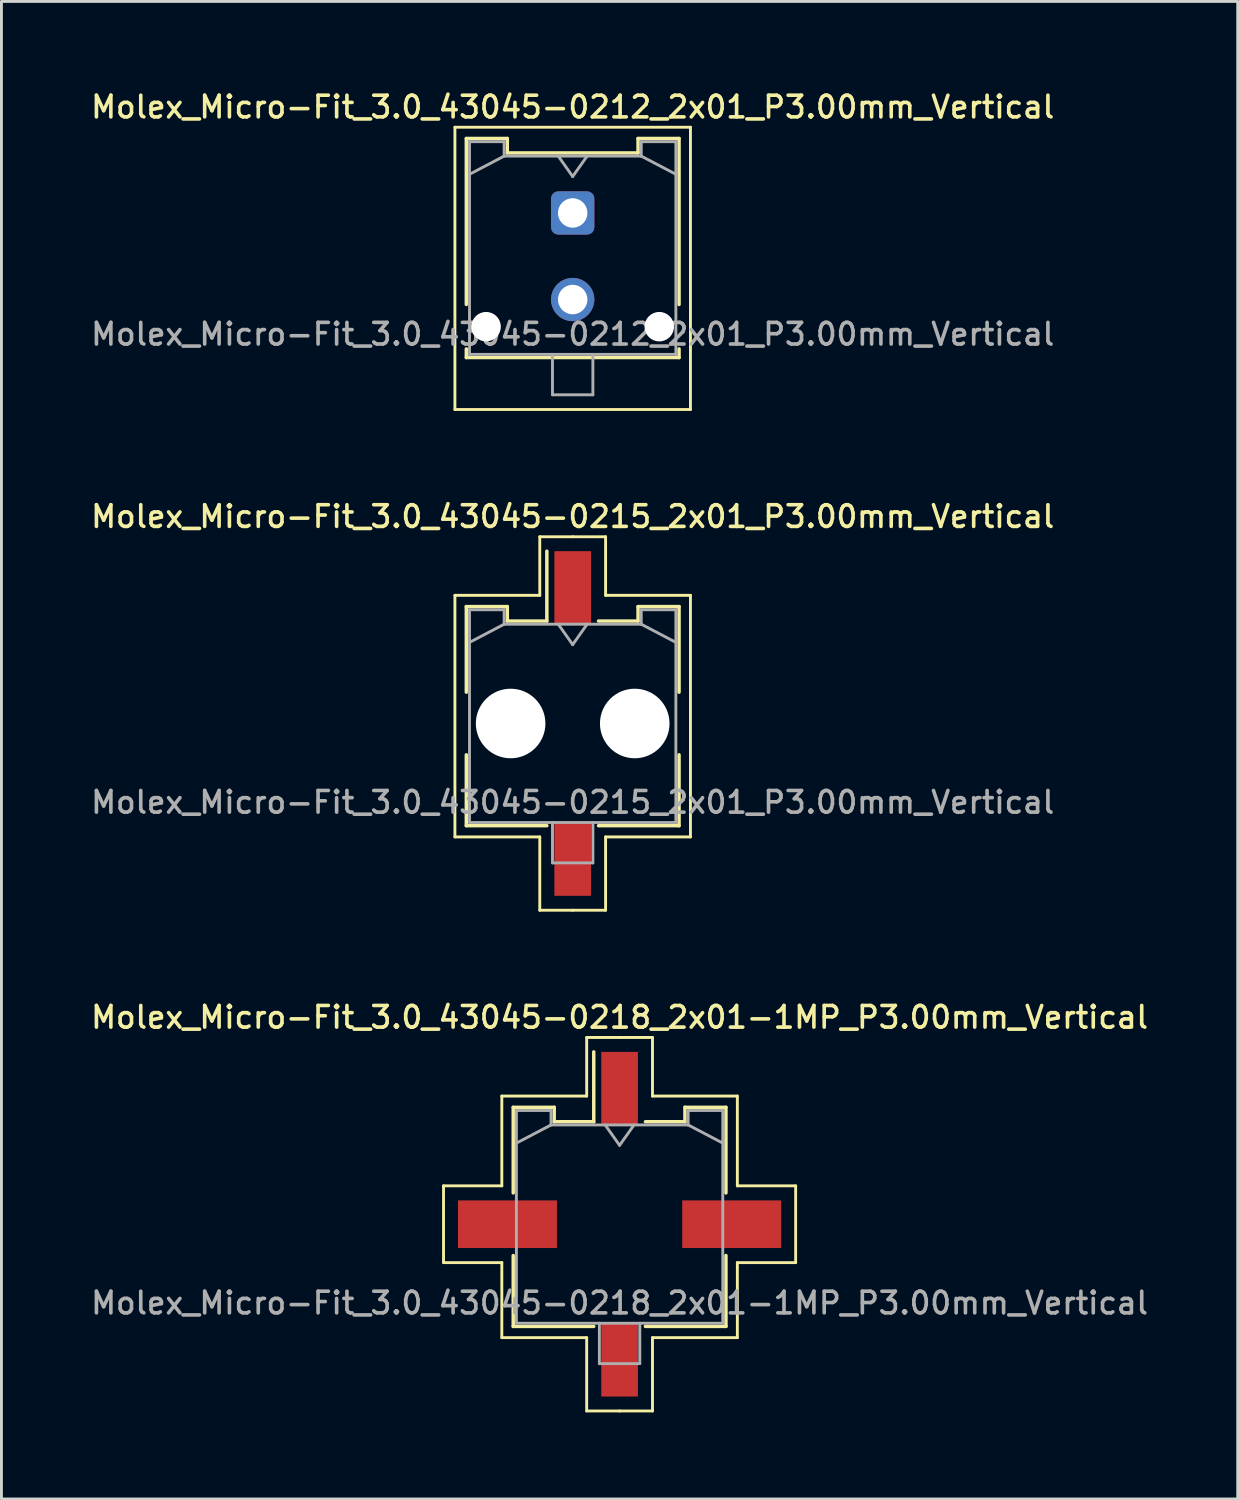
<source format=kicad_pcb>
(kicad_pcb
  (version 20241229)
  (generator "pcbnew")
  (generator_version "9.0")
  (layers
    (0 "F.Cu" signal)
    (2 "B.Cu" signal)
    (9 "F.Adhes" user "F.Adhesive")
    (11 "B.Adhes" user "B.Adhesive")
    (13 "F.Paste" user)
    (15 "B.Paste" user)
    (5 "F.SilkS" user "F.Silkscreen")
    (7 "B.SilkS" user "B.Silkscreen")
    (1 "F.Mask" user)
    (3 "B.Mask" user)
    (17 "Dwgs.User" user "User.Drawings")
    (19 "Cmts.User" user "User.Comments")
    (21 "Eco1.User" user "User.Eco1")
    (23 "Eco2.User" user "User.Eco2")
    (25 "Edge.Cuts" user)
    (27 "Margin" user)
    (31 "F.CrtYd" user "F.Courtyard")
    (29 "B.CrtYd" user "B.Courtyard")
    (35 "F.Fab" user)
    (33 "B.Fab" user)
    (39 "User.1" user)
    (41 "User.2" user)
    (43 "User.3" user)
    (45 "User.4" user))
  (footprint "Molex_Micro-Fit_3.0_43045-0212_2x01_P3.00mm_Vertical"
    (layer "F.Cu")
    (at 16.791 4.328)
    (property "Reference" "Molex_Micro-Fit_3.0_43045-0212_2x01_P3.00mm_Vertical" (at 0 -3.67 0) (layer "F.SilkS") (effects (font (size 0.75 0.75) (thickness 0.125))))
    (attr through_hole)
    (fp_line (start -4.08 -2.97) (end 4.08 -2.97) (stroke (width 0.1) (type solid)) (layer "F.SilkS"))
    (fp_line (start -4.08 6.81) (end -4.08 -2.97) (stroke (width 0.1) (type solid)) (layer "F.SilkS"))
    (fp_line (start -3.685 -2.58) (end -2.265 -2.58) (stroke (width 0.12) (type solid)) (layer "F.SilkS"))
    (fp_line (start -3.685 3.17) (end -3.685 -2.58) (stroke (width 0.12) (type solid)) (layer "F.SilkS"))
    (fp_line (start -3.685 4.71) (end -3.685 5.01) (stroke (width 0.12) (type solid)) (layer "F.SilkS"))
    (fp_line (start -3.685 5.01) (end 3.685 5.01) (stroke (width 0.12) (type solid)) (layer "F.SilkS"))
    (fp_line (start -2.265 -2.58) (end -2.265 -2.08) (stroke (width 0.12) (type solid)) (layer "F.SilkS"))
    (fp_line (start -2.265 -2.08) (end 2.265 -2.08) (stroke (width 0.12) (type solid)) (layer "F.SilkS"))
    (fp_line (start 2.265 -2.58) (end 3.685 -2.58) (stroke (width 0.12) (type solid)) (layer "F.SilkS"))
    (fp_line (start 2.265 -2.08) (end 2.265 -2.58) (stroke (width 0.12) (type solid)) (layer "F.SilkS"))
    (fp_line (start 3.685 -2.58) (end 3.685 3.17) (stroke (width 0.12) (type solid)) (layer "F.SilkS"))
    (fp_line (start 3.685 5.01) (end 3.685 4.71) (stroke (width 0.12) (type solid)) (layer "F.SilkS"))
    (fp_line (start 4.08 -2.97) (end 4.08 6.81) (stroke (width 0.1) (type solid)) (layer "F.SilkS"))
    (fp_line (start 4.08 6.81) (end -4.08 6.81) (stroke (width 0.1) (type solid)) (layer "F.SilkS"))
    (fp_line (start -3.575 -2.47) (end -3.575 4.9) (stroke (width 0.1) (type solid)) (layer "F.Fab"))
    (fp_line (start -3.575 -1.34) (end -2.375 -1.97) (stroke (width 0.1) (type solid)) (layer "F.Fab"))
    (fp_line (start -3.575 4.9) (end 3.575 4.9) (stroke (width 0.1) (type solid)) (layer "F.Fab"))
    (fp_line (start -2.375 -2.47) (end -3.575 -2.47) (stroke (width 0.1) (type solid)) (layer "F.Fab"))
    (fp_line (start -2.375 -1.97) (end -2.375 -2.47) (stroke (width 0.1) (type solid)) (layer "F.Fab"))
    (fp_line (start -0.7 4.9) (end -0.7 6.3) (stroke (width 0.1) (type solid)) (layer "F.Fab"))
    (fp_line (start -0.7 6.3) (end 0.7 6.3) (stroke (width 0.1) (type solid)) (layer "F.Fab"))
    (fp_line (start -0.5 -1.97) (end 0 -1.263) (stroke (width 0.1) (type solid)) (layer "F.Fab"))
    (fp_line (start 0 -1.263) (end 0.5 -1.97) (stroke (width 0.1) (type solid)) (layer "F.Fab"))
    (fp_line (start 0.7 6.3) (end 0.7 4.9) (stroke (width 0.1) (type solid)) (layer "F.Fab"))
    (fp_line (start 2.375 -2.47) (end 2.375 -1.97) (stroke (width 0.1) (type solid)) (layer "F.Fab"))
    (fp_line (start 2.375 -1.97) (end -2.375 -1.97) (stroke (width 0.1) (type solid)) (layer "F.Fab"))
    (fp_line (start 3.575 -2.47) (end 2.375 -2.47) (stroke (width 0.1) (type solid)) (layer "F.Fab"))
    (fp_line (start 3.575 -1.34) (end 2.375 -1.97) (stroke (width 0.1) (type solid)) (layer "F.Fab"))
    (fp_line (start 3.575 4.9) (end 3.575 -2.47) (stroke (width 0.1) (type solid)) (layer "F.Fab"))
    (fp_text user "${REFERENCE}" (at 0 4.2 0) (layer "F.Fab") (effects (font (size 0.75 0.75) (thickness 0.125))))
    (pad "" np_thru_hole circle (at -3 3.94) (size 1.02 1.02) (drill 1.02) (layers "*.Cu" "*.Mask"))
    (pad "" np_thru_hole circle (at 3 3.94) (size 1.02 1.02) (drill 1.02) (layers "*.Cu" "*.Mask"))
    (pad "1" thru_hole roundrect (at 0 0) (size 1.5 1.5) (drill 1.02) (layers "*.Cu" "*.Mask") (roundrect_rratio 0.167))
    (pad "2" thru_hole circle (at 0 3) (size 1.5 1.5) (drill 1.02) (layers "*.Cu" "*.Mask")))
  (footprint "Molex_Micro-Fit_3.0_43045-0218_2x01-1MP_P3.00mm_Vertical"
    (layer "F.Cu")
    (at 18.416 39.364)
    (property "Reference" "Molex_Micro-Fit_3.0_43045-0218_2x01-1MP_P3.00mm_Vertical" (at 0 -7.17 0) (layer "F.SilkS") (effects (font (size 0.75 0.75) (thickness 0.125))))
    (attr smd)
    (fp_line (start -6.1 -1.33) (end -6.1 1.33) (stroke (width 0.1) (type solid)) (layer "F.SilkS"))
    (fp_line (start -6.1 1.33) (end -4.08 1.33) (stroke (width 0.1) (type solid)) (layer "F.SilkS"))
    (fp_line (start -4.08 -4.44) (end -4.08 -1.33) (stroke (width 0.1) (type solid)) (layer "F.SilkS"))
    (fp_line (start -4.08 -1.33) (end -6.1 -1.33) (stroke (width 0.1) (type solid)) (layer "F.SilkS"))
    (fp_line (start -4.08 1.33) (end -4.08 3.93) (stroke (width 0.1) (type solid)) (layer "F.SilkS"))
    (fp_line (start -4.08 3.93) (end -1.14 3.93) (stroke (width 0.1) (type solid)) (layer "F.SilkS"))
    (fp_line (start -3.685 -4.05) (end -2.265 -4.05) (stroke (width 0.12) (type solid)) (layer "F.SilkS"))
    (fp_line (start -3.685 -1.085) (end -3.685 -4.05) (stroke (width 0.12) (type solid)) (layer "F.SilkS"))
    (fp_line (start -3.685 1.085) (end -3.685 3.54) (stroke (width 0.12) (type solid)) (layer "F.SilkS"))
    (fp_line (start -3.685 3.54) (end -0.895 3.54) (stroke (width 0.12) (type solid)) (layer "F.SilkS"))
    (fp_line (start -2.265 -4.05) (end -2.265 -3.55) (stroke (width 0.12) (type solid)) (layer "F.SilkS"))
    (fp_line (start -2.265 -3.55) (end -0.895 -3.55) (stroke (width 0.12) (type solid)) (layer "F.SilkS"))
    (fp_line (start -1.14 -6.47) (end -1.14 -4.44) (stroke (width 0.1) (type solid)) (layer "F.SilkS"))
    (fp_line (start -1.14 -4.44) (end -4.08 -4.44) (stroke (width 0.1) (type solid)) (layer "F.SilkS"))
    (fp_line (start -1.14 3.93) (end -1.14 6.47) (stroke (width 0.1) (type solid)) (layer "F.SilkS"))
    (fp_line (start -1.14 6.47) (end 0 6.47) (stroke (width 0.1) (type solid)) (layer "F.SilkS"))
    (fp_line (start -0.895 -3.55) (end -0.895 -5.97) (stroke (width 0.12) (type solid)) (layer "F.SilkS"))
    (fp_line (start 0 -6.47) (end -1.14 -6.47) (stroke (width 0.1) (type solid)) (layer "F.SilkS"))
    (fp_line (start 0 -6.47) (end 1.14 -6.47) (stroke (width 0.1) (type solid)) (layer "F.SilkS"))
    (fp_line (start 1.14 -6.47) (end 1.14 -4.44) (stroke (width 0.1) (type solid)) (layer "F.SilkS"))
    (fp_line (start 1.14 -4.44) (end 4.08 -4.44) (stroke (width 0.1) (type solid)) (layer "F.SilkS"))
    (fp_line (start 1.14 3.93) (end 1.14 6.47) (stroke (width 0.1) (type solid)) (layer "F.SilkS"))
    (fp_line (start 1.14 6.47) (end 0 6.47) (stroke (width 0.1) (type solid)) (layer "F.SilkS"))
    (fp_line (start 2.265 -4.05) (end 2.265 -3.55) (stroke (width 0.12) (type solid)) (layer "F.SilkS"))
    (fp_line (start 2.265 -3.55) (end 0.895 -3.55) (stroke (width 0.12) (type solid)) (layer "F.SilkS"))
    (fp_line (start 3.685 -4.05) (end 2.265 -4.05) (stroke (width 0.12) (type solid)) (layer "F.SilkS"))
    (fp_line (start 3.685 -1.085) (end 3.685 -4.05) (stroke (width 0.12) (type solid)) (layer "F.SilkS"))
    (fp_line (start 3.685 1.085) (end 3.685 3.54) (stroke (width 0.12) (type solid)) (layer "F.SilkS"))
    (fp_line (start 3.685 3.54) (end 0.895 3.54) (stroke (width 0.12) (type solid)) (layer "F.SilkS"))
    (fp_line (start 4.08 -4.44) (end 4.08 -1.33) (stroke (width 0.1) (type solid)) (layer "F.SilkS"))
    (fp_line (start 4.08 -1.33) (end 6.1 -1.33) (stroke (width 0.1) (type solid)) (layer "F.SilkS"))
    (fp_line (start 4.08 1.33) (end 4.08 3.93) (stroke (width 0.1) (type solid)) (layer "F.SilkS"))
    (fp_line (start 4.08 3.93) (end 1.14 3.93) (stroke (width 0.1) (type solid)) (layer "F.SilkS"))
    (fp_line (start 6.1 -1.33) (end 6.1 1.33) (stroke (width 0.1) (type solid)) (layer "F.SilkS"))
    (fp_line (start 6.1 1.33) (end 4.08 1.33) (stroke (width 0.1) (type solid)) (layer "F.SilkS"))
    (fp_line (start -3.575 -3.94) (end -3.575 3.43) (stroke (width 0.1) (type solid)) (layer "F.Fab"))
    (fp_line (start -3.575 -2.81) (end -2.375 -3.44) (stroke (width 0.1) (type solid)) (layer "F.Fab"))
    (fp_line (start -3.575 3.43) (end 3.575 3.43) (stroke (width 0.1) (type solid)) (layer "F.Fab"))
    (fp_line (start -2.375 -3.94) (end -3.575 -3.94) (stroke (width 0.1) (type solid)) (layer "F.Fab"))
    (fp_line (start -2.375 -3.44) (end -2.375 -3.94) (stroke (width 0.1) (type solid)) (layer "F.Fab"))
    (fp_line (start -0.7 3.43) (end -0.7 4.83) (stroke (width 0.1) (type solid)) (layer "F.Fab"))
    (fp_line (start -0.7 4.83) (end 0.7 4.83) (stroke (width 0.1) (type solid)) (layer "F.Fab"))
    (fp_line (start -0.5 -3.44) (end 0 -2.733) (stroke (width 0.1) (type solid)) (layer "F.Fab"))
    (fp_line (start 0 -2.733) (end 0.5 -3.44) (stroke (width 0.1) (type solid)) (layer "F.Fab"))
    (fp_line (start 0.7 4.83) (end 0.7 3.43) (stroke (width 0.1) (type solid)) (layer "F.Fab"))
    (fp_line (start 2.375 -3.94) (end 2.375 -3.44) (stroke (width 0.1) (type solid)) (layer "F.Fab"))
    (fp_line (start 2.375 -3.44) (end -2.375 -3.44) (stroke (width 0.1) (type solid)) (layer "F.Fab"))
    (fp_line (start 3.575 -3.94) (end 2.375 -3.94) (stroke (width 0.1) (type solid)) (layer "F.Fab"))
    (fp_line (start 3.575 -2.81) (end 2.375 -3.44) (stroke (width 0.1) (type solid)) (layer "F.Fab"))
    (fp_line (start 3.575 3.43) (end 3.575 -3.94) (stroke (width 0.1) (type solid)) (layer "F.Fab"))
    (fp_text user "${REFERENCE}" (at 0 2.73 0) (layer "F.Fab") (effects (font (size 0.75 0.75) (thickness 0.125))))
    (pad "1" smd rect (at 0 -4.7) (size 1.27 2.54) (layers "F.Cu" "F.Mask" "F.Paste"))
    (pad "2" smd rect (at 0 4.7) (size 1.27 2.54) (layers "F.Cu" "F.Mask" "F.Paste"))
    (pad "MP" smd rect (at -3.885 0) (size 3.43 1.65) (layers "F.Cu" "F.Mask" "F.Paste"))
    (pad "MP" smd rect (at 3.885 0) (size 3.43 1.65) (layers "F.Cu" "F.Mask" "F.Paste")))
  (footprint "Molex_Micro-Fit_3.0_43045-0215_2x01_P3.00mm_Vertical"
    (layer "F.Cu")
    (at 16.791 22.016)
    (property "Reference" "Molex_Micro-Fit_3.0_43045-0215_2x01_P3.00mm_Vertical" (at 0 -7.17 0) (layer "F.SilkS") (effects (font (size 0.75 0.75) (thickness 0.125))))
    (attr smd)
    (fp_line (start -4.08 -4.44) (end -4.08 3.93) (stroke (width 0.1) (type solid)) (layer "F.SilkS"))
    (fp_line (start -4.08 3.93) (end -1.14 3.93) (stroke (width 0.1) (type solid)) (layer "F.SilkS"))
    (fp_line (start -3.685 -4.05) (end -2.265 -4.05) (stroke (width 0.12) (type solid)) (layer "F.SilkS"))
    (fp_line (start -3.685 -1.085) (end -3.685 -4.05) (stroke (width 0.12) (type solid)) (layer "F.SilkS"))
    (fp_line (start -3.685 1.085) (end -3.685 3.54) (stroke (width 0.12) (type solid)) (layer "F.SilkS"))
    (fp_line (start -3.685 3.54) (end -0.895 3.54) (stroke (width 0.12) (type solid)) (layer "F.SilkS"))
    (fp_line (start -2.265 -4.05) (end -2.265 -3.55) (stroke (width 0.12) (type solid)) (layer "F.SilkS"))
    (fp_line (start -2.265 -3.55) (end -0.895 -3.55) (stroke (width 0.12) (type solid)) (layer "F.SilkS"))
    (fp_line (start -1.14 -6.47) (end -1.14 -4.44) (stroke (width 0.1) (type solid)) (layer "F.SilkS"))
    (fp_line (start -1.14 -4.44) (end -4.08 -4.44) (stroke (width 0.1) (type solid)) (layer "F.SilkS"))
    (fp_line (start -1.14 3.93) (end -1.14 6.47) (stroke (width 0.1) (type solid)) (layer "F.SilkS"))
    (fp_line (start -1.14 6.47) (end 0 6.47) (stroke (width 0.1) (type solid)) (layer "F.SilkS"))
    (fp_line (start -0.895 -3.55) (end -0.895 -5.97) (stroke (width 0.12) (type solid)) (layer "F.SilkS"))
    (fp_line (start 0 -6.47) (end -1.14 -6.47) (stroke (width 0.1) (type solid)) (layer "F.SilkS"))
    (fp_line (start 0 -6.47) (end 1.14 -6.47) (stroke (width 0.1) (type solid)) (layer "F.SilkS"))
    (fp_line (start 1.14 -6.47) (end 1.14 -4.44) (stroke (width 0.1) (type solid)) (layer "F.SilkS"))
    (fp_line (start 1.14 -4.44) (end 4.08 -4.44) (stroke (width 0.1) (type solid)) (layer "F.SilkS"))
    (fp_line (start 1.14 3.93) (end 1.14 6.47) (stroke (width 0.1) (type solid)) (layer "F.SilkS"))
    (fp_line (start 1.14 6.47) (end 0 6.47) (stroke (width 0.1) (type solid)) (layer "F.SilkS"))
    (fp_line (start 2.265 -4.05) (end 2.265 -3.55) (stroke (width 0.12) (type solid)) (layer "F.SilkS"))
    (fp_line (start 2.265 -3.55) (end 0.895 -3.55) (stroke (width 0.12) (type solid)) (layer "F.SilkS"))
    (fp_line (start 3.685 -4.05) (end 2.265 -4.05) (stroke (width 0.12) (type solid)) (layer "F.SilkS"))
    (fp_line (start 3.685 -1.085) (end 3.685 -4.05) (stroke (width 0.12) (type solid)) (layer "F.SilkS"))
    (fp_line (start 3.685 1.085) (end 3.685 3.54) (stroke (width 0.12) (type solid)) (layer "F.SilkS"))
    (fp_line (start 3.685 3.54) (end 0.895 3.54) (stroke (width 0.12) (type solid)) (layer "F.SilkS"))
    (fp_line (start 4.08 -4.44) (end 4.08 3.93) (stroke (width 0.1) (type solid)) (layer "F.SilkS"))
    (fp_line (start 4.08 3.93) (end 1.14 3.93) (stroke (width 0.1) (type solid)) (layer "F.SilkS"))
    (fp_line (start -3.575 -3.94) (end -3.575 3.43) (stroke (width 0.1) (type solid)) (layer "F.Fab"))
    (fp_line (start -3.575 -2.81) (end -2.375 -3.44) (stroke (width 0.1) (type solid)) (layer "F.Fab"))
    (fp_line (start -3.575 3.43) (end 3.575 3.43) (stroke (width 0.1) (type solid)) (layer "F.Fab"))
    (fp_line (start -2.375 -3.94) (end -3.575 -3.94) (stroke (width 0.1) (type solid)) (layer "F.Fab"))
    (fp_line (start -2.375 -3.44) (end -2.375 -3.94) (stroke (width 0.1) (type solid)) (layer "F.Fab"))
    (fp_line (start -0.7 3.43) (end -0.7 4.83) (stroke (width 0.1) (type solid)) (layer "F.Fab"))
    (fp_line (start -0.7 4.83) (end 0.7 4.83) (stroke (width 0.1) (type solid)) (layer "F.Fab"))
    (fp_line (start -0.5 -3.44) (end 0 -2.733) (stroke (width 0.1) (type solid)) (layer "F.Fab"))
    (fp_line (start 0 -2.733) (end 0.5 -3.44) (stroke (width 0.1) (type solid)) (layer "F.Fab"))
    (fp_line (start 0.7 4.83) (end 0.7 3.43) (stroke (width 0.1) (type solid)) (layer "F.Fab"))
    (fp_line (start 2.375 -3.94) (end 2.375 -3.44) (stroke (width 0.1) (type solid)) (layer "F.Fab"))
    (fp_line (start 2.375 -3.44) (end -2.375 -3.44) (stroke (width 0.1) (type solid)) (layer "F.Fab"))
    (fp_line (start 3.575 -3.94) (end 2.375 -3.94) (stroke (width 0.1) (type solid)) (layer "F.Fab"))
    (fp_line (start 3.575 -2.81) (end 2.375 -3.44) (stroke (width 0.1) (type solid)) (layer "F.Fab"))
    (fp_line (start 3.575 3.43) (end 3.575 -3.94) (stroke (width 0.1) (type solid)) (layer "F.Fab"))
    (fp_text user "${REFERENCE}" (at 0 2.73 0) (layer "F.Fab") (effects (font (size 0.75 0.75) (thickness 0.125))))
    (pad "" np_thru_hole circle (at -2.15 0) (size 2.41 2.41) (drill 2.41) (layers "*.Cu" "*.Mask"))
    (pad "" np_thru_hole circle (at 2.15 0) (size 2.41 2.41) (drill 2.41) (layers "*.Cu" "*.Mask"))
    (pad "1" smd rect (at 0 -4.7) (size 1.27 2.54) (layers "F.Cu" "F.Mask" "F.Paste"))
    (pad "2" smd rect (at 0 4.7) (size 1.27 2.54) (layers "F.Cu" "F.Mask" "F.Paste")))
  (gr_rect
    (start -3 -3)
    (end 39.832 48.884)
    (stroke (width 0.1) (type default))
    (fill no)
    (layer "Edge.Cuts")))
</source>
